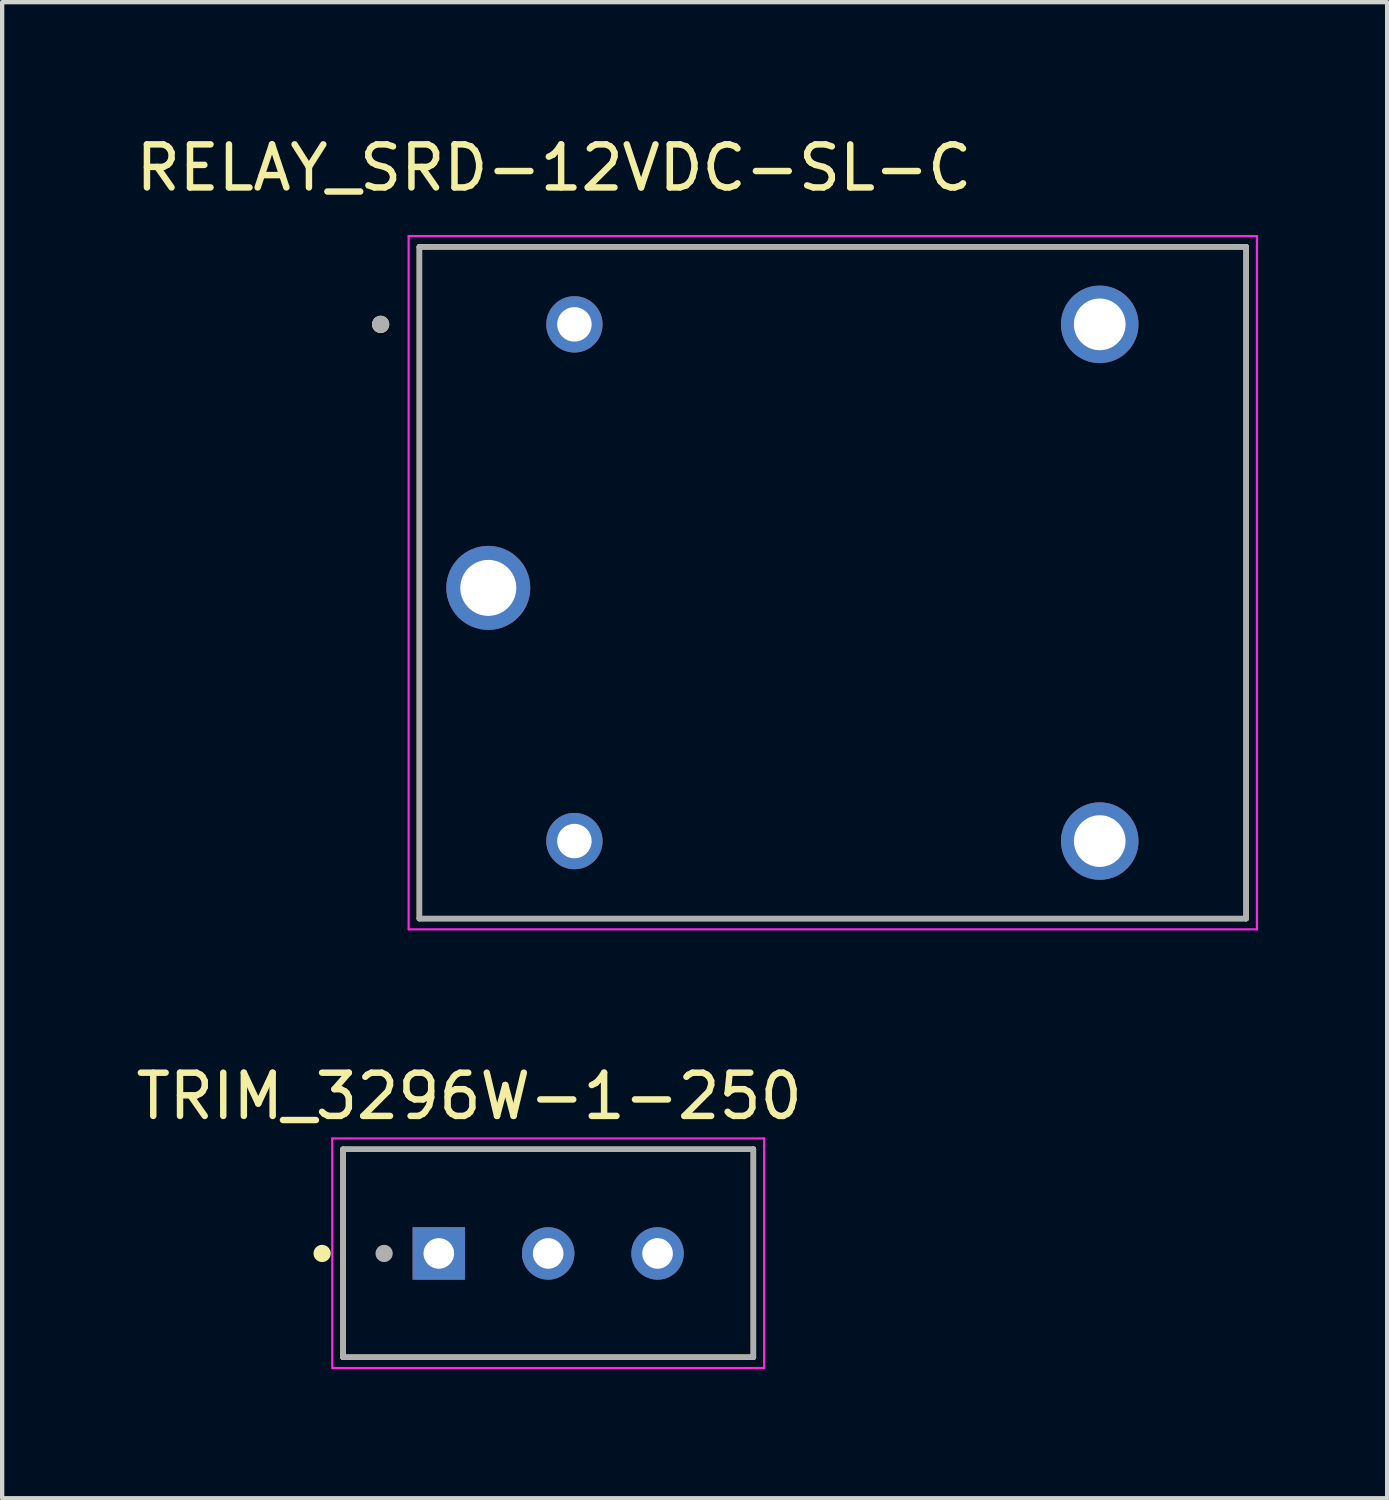
<source format=kicad_pcb>
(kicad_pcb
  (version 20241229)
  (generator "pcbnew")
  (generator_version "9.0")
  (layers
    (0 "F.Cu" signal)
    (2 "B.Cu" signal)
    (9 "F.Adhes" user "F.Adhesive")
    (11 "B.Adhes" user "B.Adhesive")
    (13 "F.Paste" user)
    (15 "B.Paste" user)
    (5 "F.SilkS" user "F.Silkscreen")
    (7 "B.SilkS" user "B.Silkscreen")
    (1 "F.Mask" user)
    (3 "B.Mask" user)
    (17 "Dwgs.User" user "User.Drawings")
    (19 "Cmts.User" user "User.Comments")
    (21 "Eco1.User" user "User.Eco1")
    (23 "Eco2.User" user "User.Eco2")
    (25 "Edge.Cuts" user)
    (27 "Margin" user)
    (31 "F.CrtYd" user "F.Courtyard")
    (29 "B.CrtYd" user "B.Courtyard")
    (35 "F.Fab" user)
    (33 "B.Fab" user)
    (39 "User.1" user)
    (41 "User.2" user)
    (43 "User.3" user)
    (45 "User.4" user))
  (footprint "RELAY_SRD-12VDC-SL-C"
    (layer "F.Cu")
    (at 16.39 10.483)
    (property "Reference" "RELAY_SRD-12VDC-SL-C" (at -6.575 -9.635 0) (layer "F.SilkS") (effects (font (size 1 1) (thickness 0.15))))
    (attr through_hole)
    (fp_line (start -9.7 -7.8) (end -9.7 7.8) (stroke (width 0.127) (type solid)) (layer "F.SilkS"))
    (fp_line (start -9.7 7.8) (end 9.5 7.8) (stroke (width 0.127) (type solid)) (layer "F.SilkS"))
    (fp_line (start 9.5 -7.8) (end -9.7 -7.8) (stroke (width 0.127) (type solid)) (layer "F.SilkS"))
    (fp_line (start 9.5 7.8) (end 9.5 -7.8) (stroke (width 0.127) (type solid)) (layer "F.SilkS"))
    (fp_circle (center -10.6 -6) (end -10.5 -6) (stroke (width 0.2) (type solid)) (fill no) (layer "F.SilkS"))
    (fp_line (start -9.95 -8.05) (end -9.95 8.05) (stroke (width 0.05) (type solid)) (layer "F.CrtYd"))
    (fp_line (start -9.95 8.05) (end 9.75 8.05) (stroke (width 0.05) (type solid)) (layer "F.CrtYd"))
    (fp_line (start 9.75 -8.05) (end -9.95 -8.05) (stroke (width 0.05) (type solid)) (layer "F.CrtYd"))
    (fp_line (start 9.75 8.05) (end 9.75 -8.05) (stroke (width 0.05) (type solid)) (layer "F.CrtYd"))
    (fp_line (start -9.7 -7.8) (end -9.7 7.8) (stroke (width 0.127) (type solid)) (layer "F.Fab"))
    (fp_line (start -9.7 7.8) (end 9.5 7.8) (stroke (width 0.127) (type solid)) (layer "F.Fab"))
    (fp_line (start 9.5 -7.8) (end -9.7 -7.8) (stroke (width 0.127) (type solid)) (layer "F.Fab"))
    (fp_line (start 9.5 7.8) (end 9.5 -7.8) (stroke (width 0.127) (type solid)) (layer "F.Fab"))
    (fp_circle (center -10.6 -6) (end -10.5 -6) (stroke (width 0.2) (type solid)) (fill no) (layer "F.Fab"))
    (pad "COIL1" thru_hole circle (at -6.1 -6) (size 1.308 1.308) (drill 0.8) (layers "*.Cu" "*.Mask"))
    (pad "COIL2" thru_hole circle (at -6.1 6) (size 1.308 1.308) (drill 0.8) (layers "*.Cu" "*.Mask"))
    (pad "COM" thru_hole circle (at -8.1 0.12) (size 1.95 1.95) (drill 1.3) (layers "*.Cu" "*.Mask"))
    (pad "NC" thru_hole circle (at 6.1 -6) (size 1.8 1.8) (drill 1.2) (layers "*.Cu" "*.Mask"))
    (pad "NO" thru_hole circle (at 6.1 6) (size 1.8 1.8) (drill 1.2) (layers "*.Cu" "*.Mask")))
  (footprint "TRIM_3296W-1-250"
    (layer "F.Cu")
    (at 9.681 26.06)
    (property "Reference" "TRIM_3296W-1-250" (at -1.833 -3.651 0) (layer "F.SilkS") (effects (font (size 1.004 1.004) (thickness 0.15))))
    (attr through_hole)
    (fp_line (start -4.765 -2.42) (end 4.765 -2.42) (stroke (width 0.127) (type solid)) (layer "F.SilkS"))
    (fp_line (start -4.765 2.41) (end -4.765 -2.42) (stroke (width 0.127) (type solid)) (layer "F.SilkS"))
    (fp_line (start 4.765 -2.42) (end 4.765 2.41) (stroke (width 0.127) (type solid)) (layer "F.SilkS"))
    (fp_line (start 4.765 2.41) (end -4.765 2.41) (stroke (width 0.127) (type solid)) (layer "F.SilkS"))
    (fp_circle (center -5.25 0) (end -5.15 0) (stroke (width 0.2) (type solid)) (fill no) (layer "F.SilkS"))
    (fp_line (start -5.015 -2.67) (end 5.015 -2.67) (stroke (width 0.05) (type solid)) (layer "F.CrtYd"))
    (fp_line (start -5.015 2.66) (end -5.015 -2.67) (stroke (width 0.05) (type solid)) (layer "F.CrtYd"))
    (fp_line (start 5.015 -2.67) (end 5.015 2.66) (stroke (width 0.05) (type solid)) (layer "F.CrtYd"))
    (fp_line (start 5.015 2.66) (end -5.015 2.66) (stroke (width 0.05) (type solid)) (layer "F.CrtYd"))
    (fp_line (start -4.765 -2.42) (end 4.765 -2.42) (stroke (width 0.127) (type solid)) (layer "F.Fab"))
    (fp_line (start -4.765 2.41) (end -4.765 -2.42) (stroke (width 0.127) (type solid)) (layer "F.Fab"))
    (fp_line (start 4.765 -2.42) (end 4.765 2.41) (stroke (width 0.127) (type solid)) (layer "F.Fab"))
    (fp_line (start 4.765 2.41) (end -4.765 2.41) (stroke (width 0.127) (type solid)) (layer "F.Fab"))
    (fp_circle (center -3.81 0) (end -3.71 0) (stroke (width 0.2) (type solid)) (fill no) (layer "F.Fab"))
    (pad "1" thru_hole rect (at -2.54 0) (size 1.218 1.218) (drill 0.71) (layers "*.Cu" "*.Mask"))
    (pad "2" thru_hole circle (at 0 0) (size 1.218 1.218) (drill 0.71) (layers "*.Cu" "*.Mask"))
    (pad "3" thru_hole circle (at 2.54 0) (size 1.218 1.218) (drill 0.71) (layers "*.Cu" "*.Mask")))
  (gr_rect
    (start -3 -3)
    (end 29.165 31.745)
    (stroke (width 0.1) (type default))
    (fill no)
    (layer "Edge.Cuts")))
</source>
